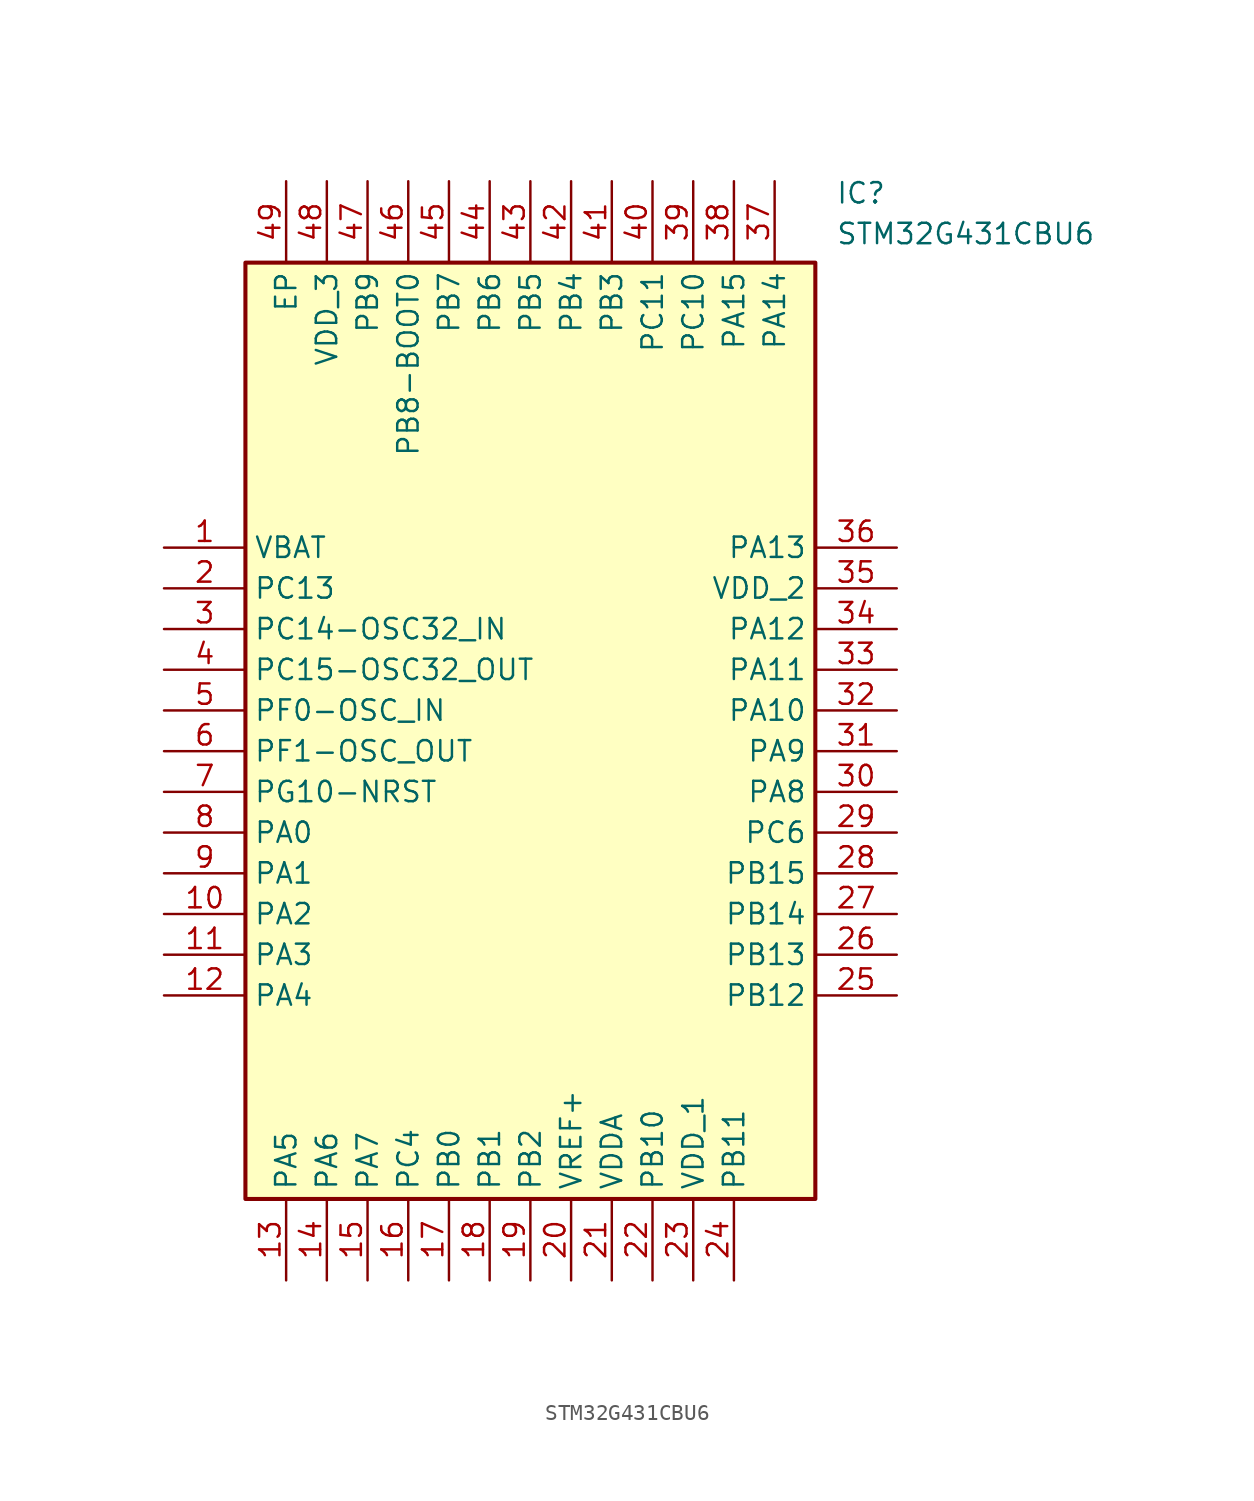
<source format=kicad_sym>
(kicad_symbol_lib
  (version 20241209)
  (generator "kicad_symbol_editor")
  (generator_version "9.0")
  (symbol "STM32G431CBU6"
    (property "Reference" "IC"
      (at 41.91 22.86 0)
      (effects (font (size 1.27 1.27)) (justify left top)))
    (property "Value" "STM32G431CBU6"
      (at 41.91 20.32 0)
      (effects (font (size 1.27 1.27)) (justify left top)))
    (symbol "STM32G431CBU6_1_1"
      (rectangle (start 5.08 17.78) (end 40.64 -40.64) (stroke (width 0.254) (type default)) (fill (type background)))
      (pin passive line (at 0 0 0) (length 5.08) (name "VBAT" (effects (font (size 1.27 1.27)))) (number "1" (effects (font (size 1.27 1.27)))))
      (pin passive line (at 0 -2.54 0) (length 5.08) (name "PC13" (effects (font (size 1.27 1.27)))) (number "2" (effects (font (size 1.27 1.27)))))
      (pin passive line (at 0 -5.08 0) (length 5.08) (name "PC14-OSC32_IN" (effects (font (size 1.27 1.27)))) (number "3" (effects (font (size 1.27 1.27)))))
      (pin passive line (at 0 -7.62 0) (length 5.08) (name "PC15-OSC32_OUT" (effects (font (size 1.27 1.27)))) (number "4" (effects (font (size 1.27 1.27)))))
      (pin passive line (at 0 -10.16 0) (length 5.08) (name "PF0-OSC_IN" (effects (font (size 1.27 1.27)))) (number "5" (effects (font (size 1.27 1.27)))))
      (pin passive line (at 0 -12.7 0) (length 5.08) (name "PF1-OSC_OUT" (effects (font (size 1.27 1.27)))) (number "6" (effects (font (size 1.27 1.27)))))
      (pin passive line (at 0 -15.24 0) (length 5.08) (name "PG10-NRST" (effects (font (size 1.27 1.27)))) (number "7" (effects (font (size 1.27 1.27)))))
      (pin passive line (at 0 -17.78 0) (length 5.08) (name "PA0" (effects (font (size 1.27 1.27)))) (number "8" (effects (font (size 1.27 1.27)))))
      (pin passive line (at 0 -20.32 0) (length 5.08) (name "PA1" (effects (font (size 1.27 1.27)))) (number "9" (effects (font (size 1.27 1.27)))))
      (pin passive line (at 0 -22.86 0) (length 5.08) (name "PA2" (effects (font (size 1.27 1.27)))) (number "10" (effects (font (size 1.27 1.27)))))
      (pin passive line (at 0 -25.4 0) (length 5.08) (name "PA3" (effects (font (size 1.27 1.27)))) (number "11" (effects (font (size 1.27 1.27)))))
      (pin passive line (at 0 -27.94 0) (length 5.08) (name "PA4" (effects (font (size 1.27 1.27)))) (number "12" (effects (font (size 1.27 1.27)))))
      (pin passive line (at 7.62 22.86 270) (length 5.08) (name "EP" (effects (font (size 1.27 1.27)))) (number "49" (effects (font (size 1.27 1.27)))))
      (pin passive line (at 7.62 -45.72 90) (length 5.08) (name "PA5" (effects (font (size 1.27 1.27)))) (number "13" (effects (font (size 1.27 1.27)))))
      (pin passive line (at 10.16 22.86 270) (length 5.08) (name "VDD_3" (effects (font (size 1.27 1.27)))) (number "48" (effects (font (size 1.27 1.27)))))
      (pin passive line (at 10.16 -45.72 90) (length 5.08) (name "PA6" (effects (font (size 1.27 1.27)))) (number "14" (effects (font (size 1.27 1.27)))))
      (pin passive line (at 12.7 22.86 270) (length 5.08) (name "PB9" (effects (font (size 1.27 1.27)))) (number "47" (effects (font (size 1.27 1.27)))))
      (pin passive line (at 12.7 -45.72 90) (length 5.08) (name "PA7" (effects (font (size 1.27 1.27)))) (number "15" (effects (font (size 1.27 1.27)))))
      (pin passive line (at 15.24 22.86 270) (length 5.08) (name "PB8-BOOT0" (effects (font (size 1.27 1.27)))) (number "46" (effects (font (size 1.27 1.27)))))
      (pin passive line (at 15.24 -45.72 90) (length 5.08) (name "PC4" (effects (font (size 1.27 1.27)))) (number "16" (effects (font (size 1.27 1.27)))))
      (pin passive line (at 17.78 22.86 270) (length 5.08) (name "PB7" (effects (font (size 1.27 1.27)))) (number "45" (effects (font (size 1.27 1.27)))))
      (pin passive line (at 17.78 -45.72 90) (length 5.08) (name "PB0" (effects (font (size 1.27 1.27)))) (number "17" (effects (font (size 1.27 1.27)))))
      (pin passive line (at 20.32 22.86 270) (length 5.08) (name "PB6" (effects (font (size 1.27 1.27)))) (number "44" (effects (font (size 1.27 1.27)))))
      (pin passive line (at 20.32 -45.72 90) (length 5.08) (name "PB1" (effects (font (size 1.27 1.27)))) (number "18" (effects (font (size 1.27 1.27)))))
      (pin passive line (at 22.86 22.86 270) (length 5.08) (name "PB5" (effects (font (size 1.27 1.27)))) (number "43" (effects (font (size 1.27 1.27)))))
      (pin passive line (at 22.86 -45.72 90) (length 5.08) (name "PB2" (effects (font (size 1.27 1.27)))) (number "19" (effects (font (size 1.27 1.27)))))
      (pin passive line (at 25.4 22.86 270) (length 5.08) (name "PB4" (effects (font (size 1.27 1.27)))) (number "42" (effects (font (size 1.27 1.27)))))
      (pin passive line (at 25.4 -45.72 90) (length 5.08) (name "VREF+" (effects (font (size 1.27 1.27)))) (number "20" (effects (font (size 1.27 1.27)))))
      (pin passive line (at 27.94 22.86 270) (length 5.08) (name "PB3" (effects (font (size 1.27 1.27)))) (number "41" (effects (font (size 1.27 1.27)))))
      (pin passive line (at 27.94 -45.72 90) (length 5.08) (name "VDDA" (effects (font (size 1.27 1.27)))) (number "21" (effects (font (size 1.27 1.27)))))
      (pin passive line (at 30.48 22.86 270) (length 5.08) (name "PC11" (effects (font (size 1.27 1.27)))) (number "40" (effects (font (size 1.27 1.27)))))
      (pin passive line (at 30.48 -45.72 90) (length 5.08) (name "PB10" (effects (font (size 1.27 1.27)))) (number "22" (effects (font (size 1.27 1.27)))))
      (pin passive line (at 33.02 22.86 270) (length 5.08) (name "PC10" (effects (font (size 1.27 1.27)))) (number "39" (effects (font (size 1.27 1.27)))))
      (pin passive line (at 33.02 -45.72 90) (length 5.08) (name "VDD_1" (effects (font (size 1.27 1.27)))) (number "23" (effects (font (size 1.27 1.27)))))
      (pin passive line (at 35.56 22.86 270) (length 5.08) (name "PA15" (effects (font (size 1.27 1.27)))) (number "38" (effects (font (size 1.27 1.27)))))
      (pin passive line (at 35.56 -45.72 90) (length 5.08) (name "PB11" (effects (font (size 1.27 1.27)))) (number "24" (effects (font (size 1.27 1.27)))))
      (pin passive line (at 38.1 22.86 270) (length 5.08) (name "PA14" (effects (font (size 1.27 1.27)))) (number "37" (effects (font (size 1.27 1.27)))))
      (pin passive line (at 45.72 0 180) (length 5.08) (name "PA13" (effects (font (size 1.27 1.27)))) (number "36" (effects (font (size 1.27 1.27)))))
      (pin passive line (at 45.72 -2.54 180) (length 5.08) (name "VDD_2" (effects (font (size 1.27 1.27)))) (number "35" (effects (font (size 1.27 1.27)))))
      (pin passive line (at 45.72 -5.08 180) (length 5.08) (name "PA12" (effects (font (size 1.27 1.27)))) (number "34" (effects (font (size 1.27 1.27)))))
      (pin passive line (at 45.72 -7.62 180) (length 5.08) (name "PA11" (effects (font (size 1.27 1.27)))) (number "33" (effects (font (size 1.27 1.27)))))
      (pin passive line (at 45.72 -10.16 180) (length 5.08) (name "PA10" (effects (font (size 1.27 1.27)))) (number "32" (effects (font (size 1.27 1.27)))))
      (pin passive line (at 45.72 -12.7 180) (length 5.08) (name "PA9" (effects (font (size 1.27 1.27)))) (number "31" (effects (font (size 1.27 1.27)))))
      (pin passive line (at 45.72 -15.24 180) (length 5.08) (name "PA8" (effects (font (size 1.27 1.27)))) (number "30" (effects (font (size 1.27 1.27)))))
      (pin passive line (at 45.72 -17.78 180) (length 5.08) (name "PC6" (effects (font (size 1.27 1.27)))) (number "29" (effects (font (size 1.27 1.27)))))
      (pin passive line (at 45.72 -20.32 180) (length 5.08) (name "PB15" (effects (font (size 1.27 1.27)))) (number "28" (effects (font (size 1.27 1.27)))))
      (pin passive line (at 45.72 -22.86 180) (length 5.08) (name "PB14" (effects (font (size 1.27 1.27)))) (number "27" (effects (font (size 1.27 1.27)))))
      (pin passive line (at 45.72 -25.4 180) (length 5.08) (name "PB13" (effects (font (size 1.27 1.27)))) (number "26" (effects (font (size 1.27 1.27)))))
      (pin passive line (at 45.72 -27.94 180) (length 5.08) (name "PB12" (effects (font (size 1.27 1.27)))) (number "25" (effects (font (size 1.27 1.27))))))))
</source>
